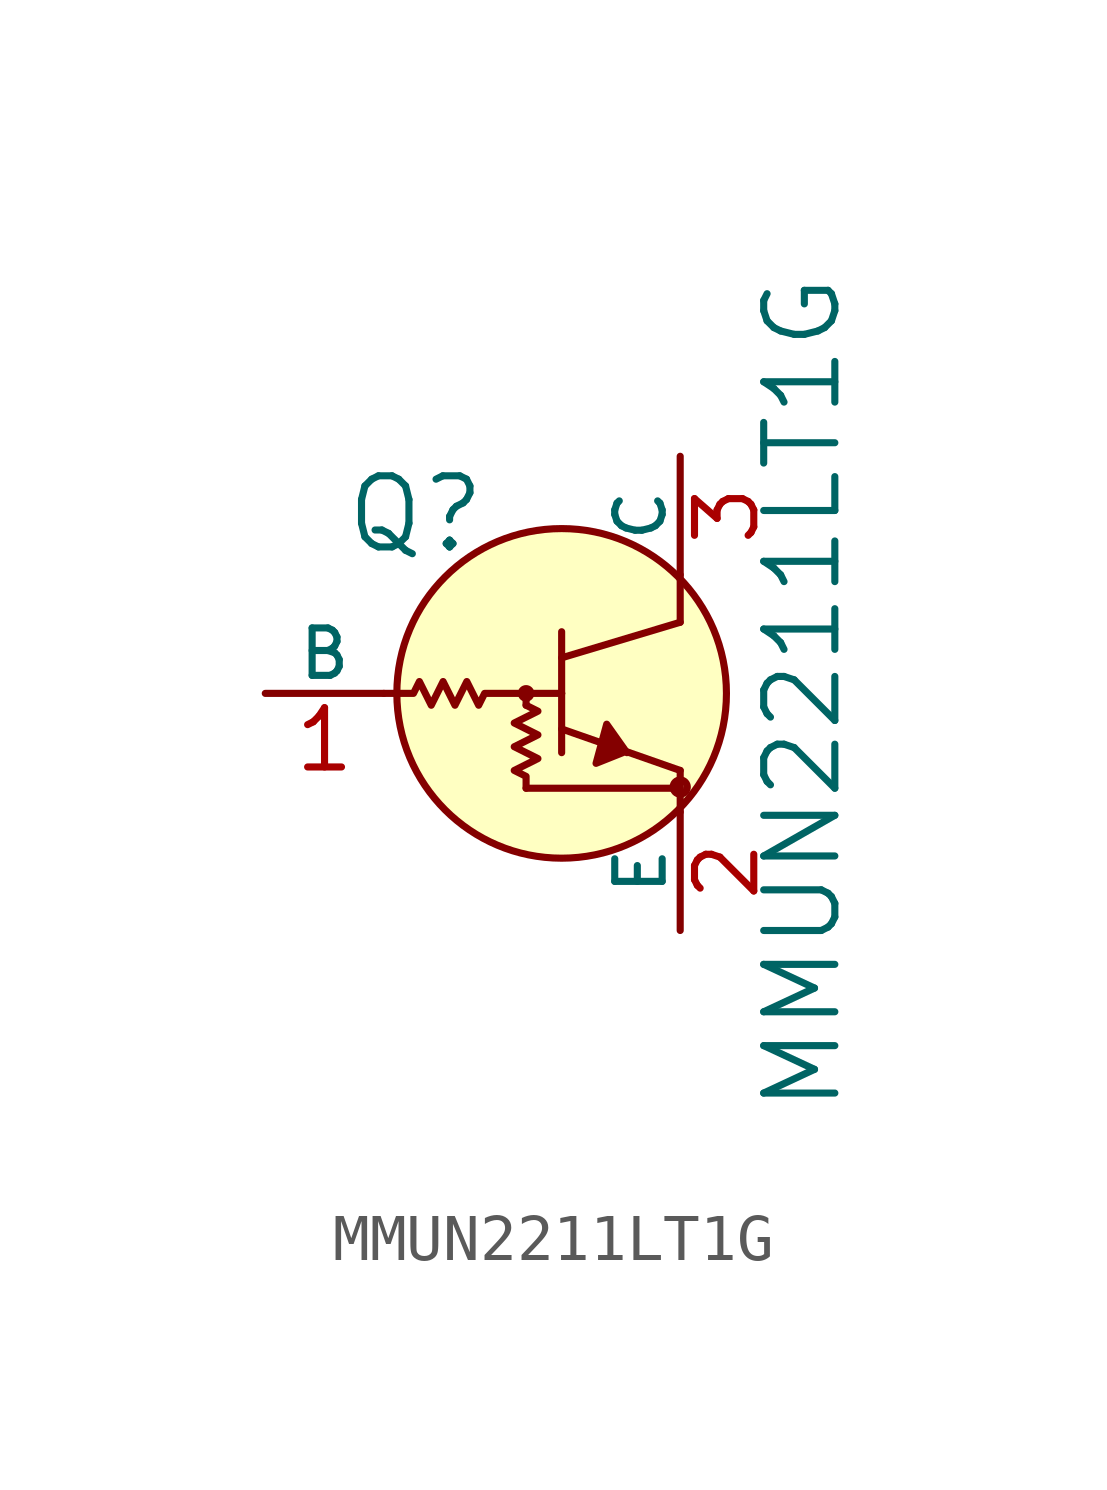
<source format=kicad_sym>
(kicad_symbol_lib
  (version 20211014)
  (generator kicad_symbol_editor)
  (symbol "MMUN2211LT1G"
    (pin_names
      (offset 0))
    (property "Reference" "Q"
      (at -4.115 3.835 0)
      (effects (font (size 1.524 1.524)) (justify right)))
    (property "Value" "MMUN2211LT1G"
      (at 2.616 0 90)
      (effects (font (size 1.524 1.524))))
    (symbol "MMUN2211LT1G_0_1"
      (circle (center -3.302 0) (radius 0.102) (stroke (width 0) (type default) (color 0 0 0 0)) (fill (type none)))
      (circle (center -2.54 0) (radius 3.531) (stroke (width 0) (type default) (color 0 0 0 0)) (fill (type background)))
      (circle (center 0 -2.007) (radius 0.076) (stroke (width 0) (type default) (color 0 0 0 0)) (fill (type none)))
      (polyline (pts (xy -3.302 -2.032) (xy 0 -2.032)) (stroke (width 0) (type default) (color 0 0 0 0)) (fill (type none)))
      (polyline (pts (xy -3.302 0) (xy -3.302 -0.254)) (stroke (width 0) (type default) (color 0 0 0 0)) (fill (type none)))
      (polyline (pts (xy -2.54 -0.762) (xy 0 -1.651)) (stroke (width 0) (type default) (color 0 0 0 0)) (fill (type none)))
      (polyline (pts (xy -2.54 0) (xy -2.54 -1.27)) (stroke (width 0) (type default) (color 0 0 0 0)) (fill (type none)))
      (polyline (pts (xy -2.54 0) (xy -2.54 1.321)) (stroke (width 0) (type default) (color 0 0 0 0)) (fill (type none)))
      (polyline (pts (xy -2.54 0.762) (xy 0 1.524)) (stroke (width 0) (type default) (color 0 0 0 0)) (fill (type none)))
      (polyline (pts (xy 0 -2.54) (xy 0 -1.651)) (stroke (width 0) (type default) (color 0 0 0 0)) (fill (type none)))
      (polyline (pts (xy 0 2.54) (xy 0 1.524)) (stroke (width 0) (type default) (color 0 0 0 0)) (fill (type none)))
      (polyline (pts (xy -1.143 -1.27) (xy -1.575 -0.66) (xy -1.803 -1.499) (xy -1.168 -1.245)) (stroke (width 0) (type default) (color 0 0 0 0)) (fill (type outline)))
      (polyline (pts (xy -3.302 -0.254) (xy -3.048 -0.381) (xy -3.556 -0.635) (xy -3.048 -0.889) (xy -3.556 -1.143) (xy -3.048 -1.397) (xy -3.556 -1.651) (xy -3.302 -1.778) (xy -3.302 -2.032)) (stroke (width 0) (type default) (color 0 0 0 0)) (fill (type none)))
      (polyline (pts (xy -6.35 0) (xy -5.715 0) (xy -5.588 0.254) (xy -5.334 -0.254) (xy -5.08 0.254) (xy -4.826 -0.254) (xy -4.572 0.254) (xy -4.318 -0.254) (xy -4.191 0) (xy -2.54 0)) (stroke (width 0) (type default) (color 0 0 0 0)) (fill (type none))))
    (symbol "MMUN2211LT1G_1_1"
      (pin input line (at -8.89 0 0) (length 2.54) (name "B" (effects (font (size 1.016 1.016)))) (number "1" (effects (font (size 1.27 1.27)))))
      (pin passive line (at 0 -5.08 90) (length 2.54) (name "E" (effects (font (size 1.016 1.016)))) (number "2" (effects (font (size 1.27 1.27)))))
      (pin passive line (at 0 5.08 270) (length 2.54) (name "C" (effects (font (size 1.016 1.016)))) (number "3" (effects (font (size 1.27 1.27))))))))
</source>
